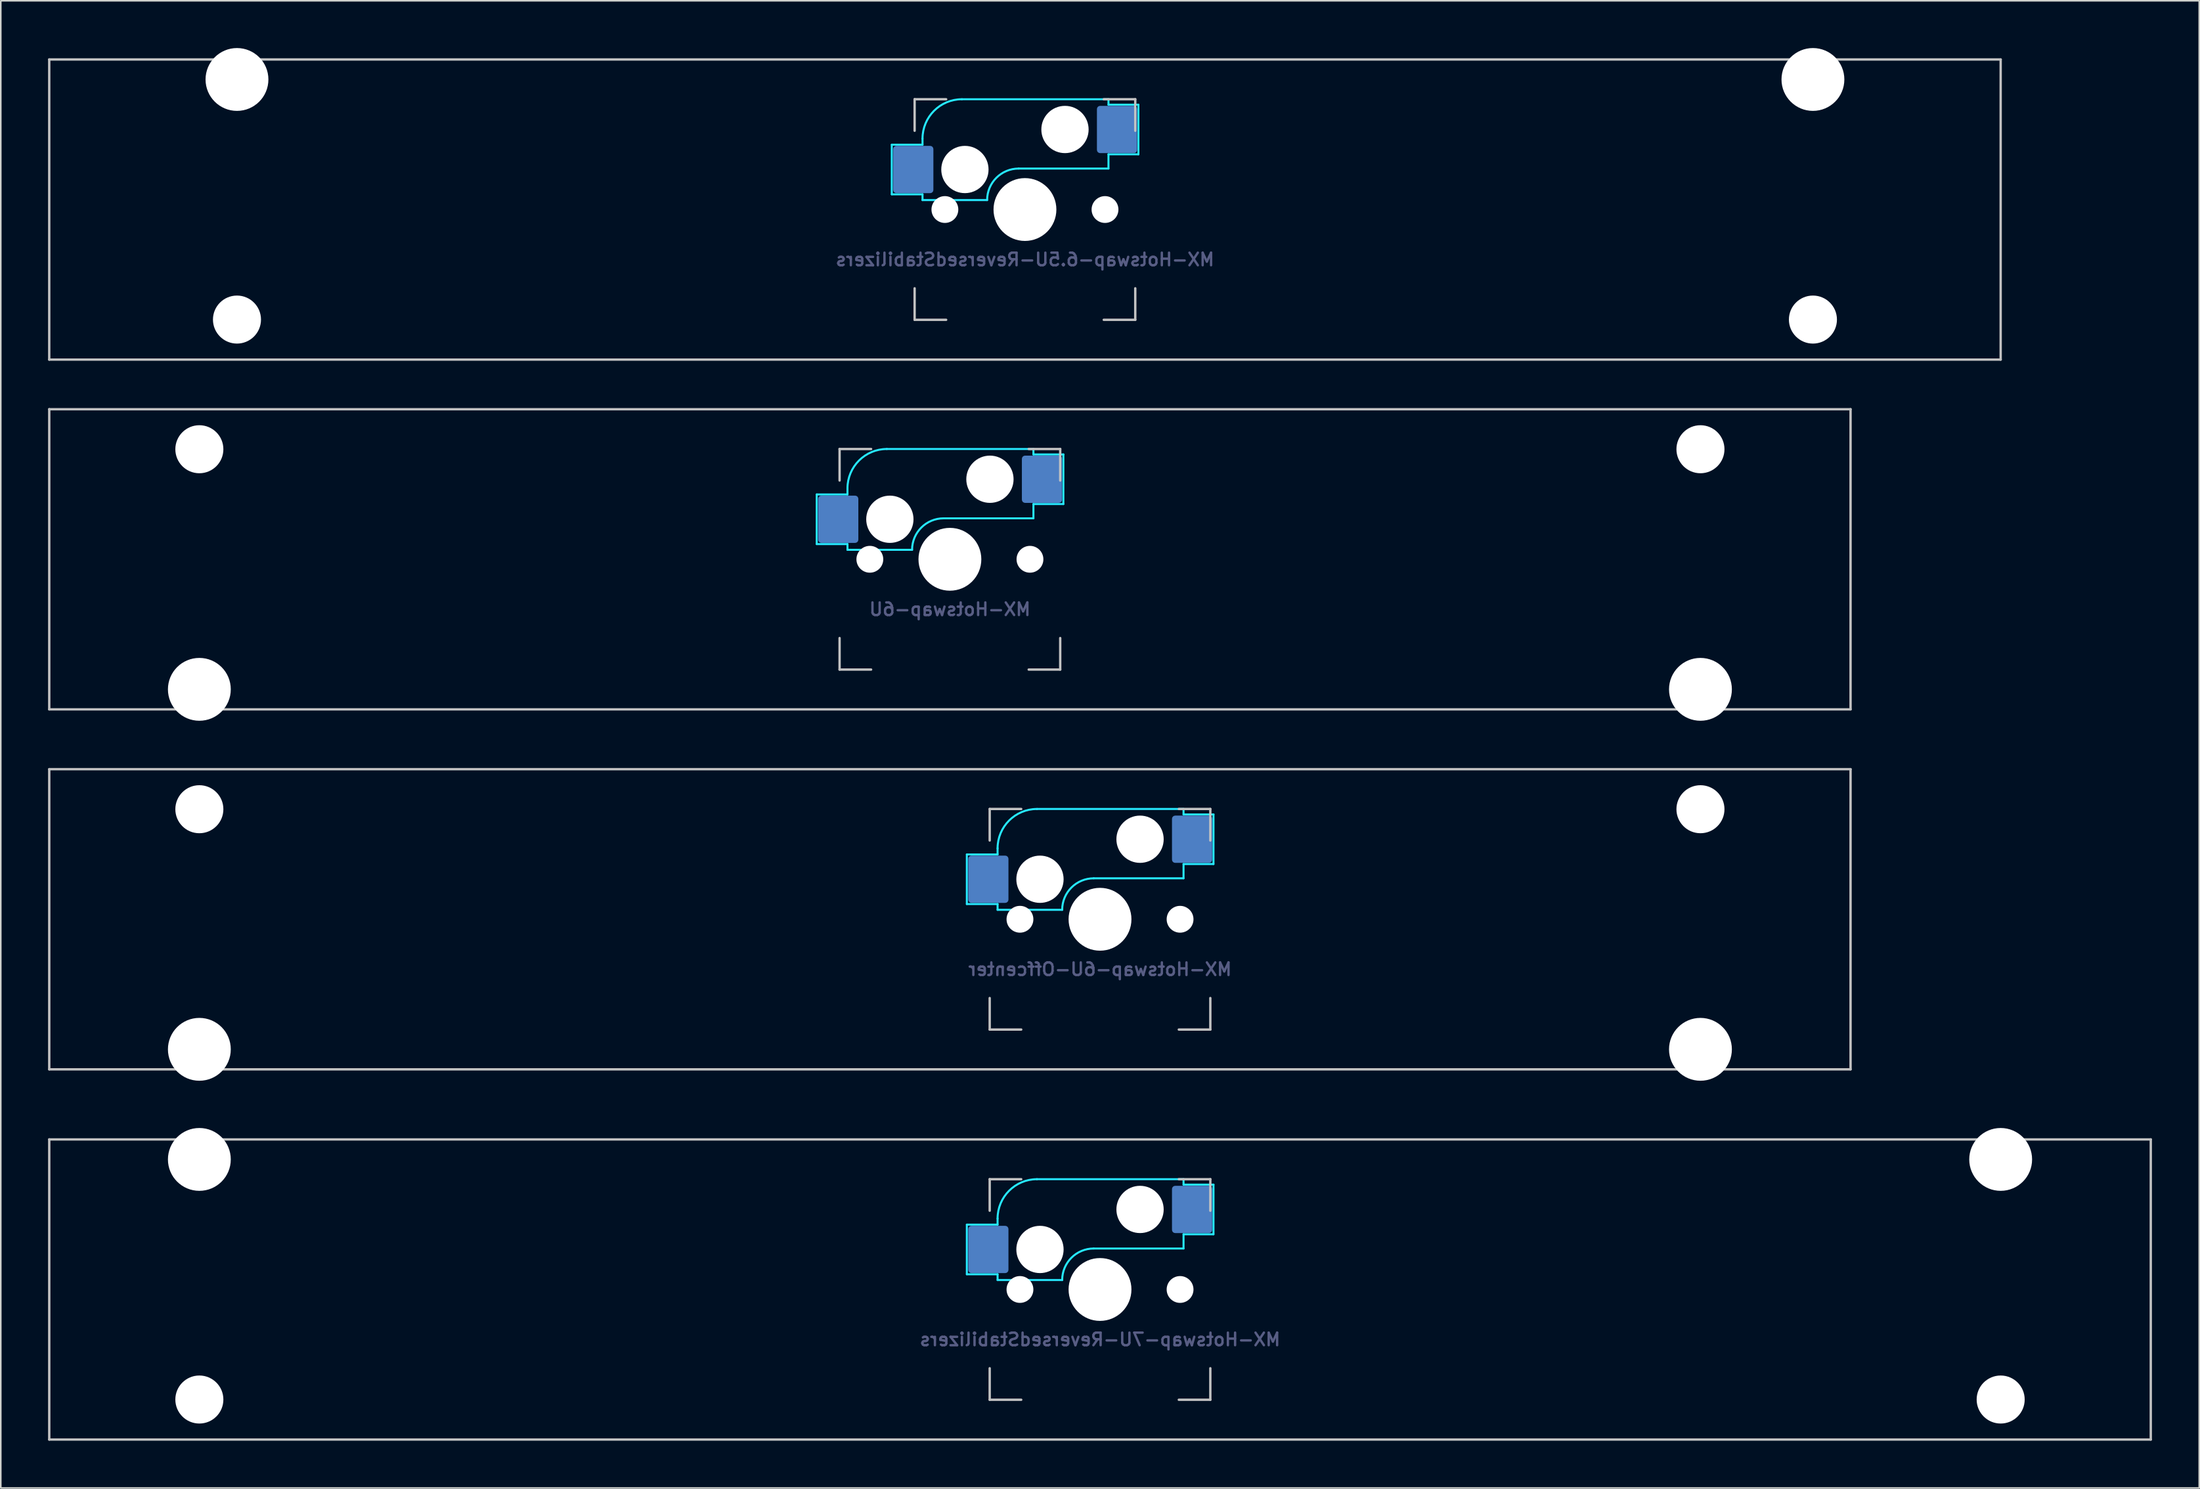
<source format=kicad_pcb>
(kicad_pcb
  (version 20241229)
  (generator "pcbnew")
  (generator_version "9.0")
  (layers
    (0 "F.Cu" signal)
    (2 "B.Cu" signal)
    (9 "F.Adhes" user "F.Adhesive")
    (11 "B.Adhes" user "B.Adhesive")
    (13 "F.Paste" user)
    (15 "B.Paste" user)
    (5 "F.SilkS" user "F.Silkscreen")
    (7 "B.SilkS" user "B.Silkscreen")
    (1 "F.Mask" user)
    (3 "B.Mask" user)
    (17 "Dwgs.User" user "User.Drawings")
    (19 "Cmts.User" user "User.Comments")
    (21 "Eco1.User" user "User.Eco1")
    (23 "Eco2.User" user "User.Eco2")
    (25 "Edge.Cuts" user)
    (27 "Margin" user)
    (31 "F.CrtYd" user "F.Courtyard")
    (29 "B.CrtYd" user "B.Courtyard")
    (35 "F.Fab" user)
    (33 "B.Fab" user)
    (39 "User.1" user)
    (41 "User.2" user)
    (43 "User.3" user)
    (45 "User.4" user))
  (footprint "MX-Hotswap-6U"
    (layer "F.Cu")
    (at 57.225 32.449)
    (property "Reference" "MX-Hotswap-6U" (at 0 3.175 0) (layer "B.Fab") (effects (font (size 0.8 0.8) (thickness 0.15)) (justify mirror)))
    (attr smd)
    (fp_line (start -57.15 9.525) (end -57.15 -9.525) (stroke (width 0.15) (type solid)) (layer "Dwgs.User"))
    (fp_line (start -7 -7) (end -7 -5) (stroke (width 0.15) (type solid)) (layer "Dwgs.User"))
    (fp_line (start -7 5) (end -7 7) (stroke (width 0.15) (type solid)) (layer "Dwgs.User"))
    (fp_line (start -7 7) (end -5 7) (stroke (width 0.15) (type solid)) (layer "Dwgs.User"))
    (fp_line (start -5 -7) (end -7 -7) (stroke (width 0.15) (type solid)) (layer "Dwgs.User"))
    (fp_line (start 5 -7) (end 7 -7) (stroke (width 0.15) (type solid)) (layer "Dwgs.User"))
    (fp_line (start 5 7) (end 7 7) (stroke (width 0.15) (type solid)) (layer "Dwgs.User"))
    (fp_line (start 7 -7) (end 7 -5) (stroke (width 0.15) (type solid)) (layer "Dwgs.User"))
    (fp_line (start 7 7) (end 7 5) (stroke (width 0.15) (type solid)) (layer "Dwgs.User"))
    (fp_line (start 57.15 -9.525) (end -57.15 -9.525) (stroke (width 0.15) (type solid)) (layer "Dwgs.User"))
    (fp_line (start 57.15 9.525) (end -57.15 9.525) (stroke (width 0.15) (type solid)) (layer "Dwgs.User"))
    (fp_line (start 57.15 9.525) (end 57.15 -9.525) (stroke (width 0.15) (type solid)) (layer "Dwgs.User"))
    (fp_line (start -8.45 -4.115) (end -8.45 -0.965) (stroke (width 0.127) (type solid)) (layer "B.CrtYd"))
    (fp_line (start -8.45 -0.965) (end -6.5 -0.965) (stroke (width 0.127) (type solid)) (layer "B.CrtYd"))
    (fp_line (start -6.5 -4.5) (end -6.5 -4.115) (stroke (width 0.127) (type solid)) (layer "B.CrtYd"))
    (fp_line (start -6.5 -4.115) (end -8.45 -4.115) (stroke (width 0.127) (type solid)) (layer "B.CrtYd"))
    (fp_line (start -6.5 -0.6) (end -6.5 -0.965) (stroke (width 0.127) (type solid)) (layer "B.CrtYd"))
    (fp_line (start -6.5 -0.6) (end -2.4 -0.6) (stroke (width 0.127) (type solid)) (layer "B.CrtYd"))
    (fp_line (start -0.4 -2.6) (end 5.3 -2.6) (stroke (width 0.127) (type solid)) (layer "B.CrtYd"))
    (fp_line (start 5.3 -7) (end -4 -7) (stroke (width 0.127) (type solid)) (layer "B.CrtYd"))
    (fp_line (start 5.3 -7) (end 5.3 -6.655) (stroke (width 0.127) (type solid)) (layer "B.CrtYd"))
    (fp_line (start 5.3 -6.655) (end 7.2 -6.655) (stroke (width 0.127) (type solid)) (layer "B.CrtYd"))
    (fp_line (start 5.3 -2.6) (end 5.3 -3.505) (stroke (width 0.127) (type solid)) (layer "B.CrtYd"))
    (fp_line (start 7.2 -6.655) (end 7.2 -3.505) (stroke (width 0.127) (type solid)) (layer "B.CrtYd"))
    (fp_line (start 7.2 -3.505) (end 5.3 -3.505) (stroke (width 0.127) (type solid)) (layer "B.CrtYd"))
    (fp_arc (start -6.5 -4.5) (mid -5.767767 -6.267767) (end -4 -7) (stroke (width 0.127) (type solid)) (layer "B.CrtYd"))
    (fp_arc (start -2.4 -0.6) (mid -1.814214 -2.014214) (end -0.4 -2.6) (stroke (width 0.127) (type solid)) (layer "B.CrtYd"))
    (pad "" np_thru_hole circle (at -47.625 -6.985) (size 3.048 3.048) (drill 3.048) (layers "*.Cu" "*.Mask"))
    (pad "" np_thru_hole circle (at -47.625 8.255) (size 3.988 3.988) (drill 3.988) (layers "*.Cu" "*.Mask"))
    (pad "" np_thru_hole circle (at -5.08 0 48.099) (size 1.702 1.702) (drill 1.702) (layers "*.Cu" "*.Mask"))
    (pad "" np_thru_hole circle (at -3.81 -2.54) (size 3 3) (drill 3) (layers "*.Cu" "*.Mask"))
    (pad "" np_thru_hole circle (at 0 0) (size 3.988 3.988) (drill 3.988) (layers "*.Cu" "*.Mask"))
    (pad "" np_thru_hole circle (at 2.54 -5.08) (size 3 3) (drill 3) (layers "*.Cu" "*.Mask"))
    (pad "" np_thru_hole circle (at 5.08 0 48.099) (size 1.702 1.702) (drill 1.702) (layers "*.Cu" "*.Mask"))
    (pad "" np_thru_hole circle (at 47.625 -6.985) (size 3.048 3.048) (drill 3.048) (layers "*.Cu" "*.Mask"))
    (pad "" np_thru_hole circle (at 47.625 8.255) (size 3.988 3.988) (drill 3.988) (layers "*.Cu" "*.Mask"))
    (pad "1" smd roundrect (at -7.085 -2.54 90) (size 3 2.55) (layers "B.Cu" "B.Mask" "B.Paste") (roundrect_rratio 0.08))
    (pad "2" smd roundrect (at 5.842 -5.08 90) (size 3 2.55) (layers "B.Cu" "B.Mask" "B.Paste") (roundrect_rratio 0.08)))
  (footprint "MX-Hotswap-7U-ReversedStabilizers"
    (layer "F.Cu")
    (at 66.75 78.796)
    (property "Reference" "MX-Hotswap-7U-ReversedStabilizers" (at 0 3.175 0) (layer "B.Fab") (effects (font (size 0.8 0.8) (thickness 0.15)) (justify mirror)))
    (attr smd)
    (fp_line (start -66.675 9.525) (end -66.675 -9.525) (stroke (width 0.15) (type solid)) (layer "Dwgs.User"))
    (fp_line (start -7 -7) (end -7 -5) (stroke (width 0.15) (type solid)) (layer "Dwgs.User"))
    (fp_line (start -7 5) (end -7 7) (stroke (width 0.15) (type solid)) (layer "Dwgs.User"))
    (fp_line (start -7 7) (end -5 7) (stroke (width 0.15) (type solid)) (layer "Dwgs.User"))
    (fp_line (start -5 -7) (end -7 -7) (stroke (width 0.15) (type solid)) (layer "Dwgs.User"))
    (fp_line (start 5 -7) (end 7 -7) (stroke (width 0.15) (type solid)) (layer "Dwgs.User"))
    (fp_line (start 5 7) (end 7 7) (stroke (width 0.15) (type solid)) (layer "Dwgs.User"))
    (fp_line (start 7 -7) (end 7 -5) (stroke (width 0.15) (type solid)) (layer "Dwgs.User"))
    (fp_line (start 7 7) (end 7 5) (stroke (width 0.15) (type solid)) (layer "Dwgs.User"))
    (fp_line (start 66.675 -9.525) (end -66.675 -9.525) (stroke (width 0.15) (type solid)) (layer "Dwgs.User"))
    (fp_line (start 66.675 9.525) (end -66.675 9.525) (stroke (width 0.15) (type solid)) (layer "Dwgs.User"))
    (fp_line (start 66.675 9.525) (end 66.675 -9.525) (stroke (width 0.15) (type solid)) (layer "Dwgs.User"))
    (fp_line (start -8.45 -4.115) (end -8.45 -0.965) (stroke (width 0.127) (type solid)) (layer "B.CrtYd"))
    (fp_line (start -8.45 -0.965) (end -6.5 -0.965) (stroke (width 0.127) (type solid)) (layer "B.CrtYd"))
    (fp_line (start -6.5 -4.5) (end -6.5 -4.115) (stroke (width 0.127) (type solid)) (layer "B.CrtYd"))
    (fp_line (start -6.5 -4.115) (end -8.45 -4.115) (stroke (width 0.127) (type solid)) (layer "B.CrtYd"))
    (fp_line (start -6.5 -0.6) (end -6.5 -0.965) (stroke (width 0.127) (type solid)) (layer "B.CrtYd"))
    (fp_line (start -6.5 -0.6) (end -2.4 -0.6) (stroke (width 0.127) (type solid)) (layer "B.CrtYd"))
    (fp_line (start -0.4 -2.6) (end 5.3 -2.6) (stroke (width 0.127) (type solid)) (layer "B.CrtYd"))
    (fp_line (start 5.3 -7) (end -4 -7) (stroke (width 0.127) (type solid)) (layer "B.CrtYd"))
    (fp_line (start 5.3 -7) (end 5.3 -6.655) (stroke (width 0.127) (type solid)) (layer "B.CrtYd"))
    (fp_line (start 5.3 -6.655) (end 7.2 -6.655) (stroke (width 0.127) (type solid)) (layer "B.CrtYd"))
    (fp_line (start 5.3 -2.6) (end 5.3 -3.505) (stroke (width 0.127) (type solid)) (layer "B.CrtYd"))
    (fp_line (start 7.2 -6.655) (end 7.2 -3.505) (stroke (width 0.127) (type solid)) (layer "B.CrtYd"))
    (fp_line (start 7.2 -3.505) (end 5.3 -3.505) (stroke (width 0.127) (type solid)) (layer "B.CrtYd"))
    (fp_arc (start -6.5 -4.5) (mid -5.767767 -6.267767) (end -4 -7) (stroke (width 0.127) (type solid)) (layer "B.CrtYd"))
    (fp_arc (start -2.4 -0.6) (mid -1.814214 -2.014214) (end -0.4 -2.6) (stroke (width 0.127) (type solid)) (layer "B.CrtYd"))
    (pad "" np_thru_hole circle (at -57.15 -8.255) (size 3.988 3.988) (drill 3.988) (layers "*.Cu" "*.Mask"))
    (pad "" np_thru_hole circle (at -57.15 6.985) (size 3.048 3.048) (drill 3.048) (layers "*.Cu" "*.Mask"))
    (pad "" np_thru_hole circle (at -5.08 0 48.099) (size 1.702 1.702) (drill 1.702) (layers "*.Cu" "*.Mask"))
    (pad "" np_thru_hole circle (at -3.81 -2.54) (size 3 3) (drill 3) (layers "*.Cu" "*.Mask"))
    (pad "" np_thru_hole circle (at 0 0) (size 3.988 3.988) (drill 3.988) (layers "*.Cu" "*.Mask"))
    (pad "" np_thru_hole circle (at 2.54 -5.08) (size 3 3) (drill 3) (layers "*.Cu" "*.Mask"))
    (pad "" np_thru_hole circle (at 5.08 0 48.099) (size 1.702 1.702) (drill 1.702) (layers "*.Cu" "*.Mask"))
    (pad "" np_thru_hole circle (at 57.15 -8.255) (size 3.988 3.988) (drill 3.988) (layers "*.Cu" "*.Mask"))
    (pad "" np_thru_hole circle (at 57.15 6.985) (size 3.048 3.048) (drill 3.048) (layers "*.Cu" "*.Mask"))
    (pad "1" smd roundrect (at -7.085 -2.54 90) (size 3 2.55) (layers "B.Cu" "B.Mask" "B.Paste") (roundrect_rratio 0.08))
    (pad "2" smd roundrect (at 5.842 -5.08 90) (size 3 2.55) (layers "B.Cu" "B.Mask" "B.Paste") (roundrect_rratio 0.08)))
  (footprint "MX-Hotswap-6.5U-ReversedStabilizers"
    (layer "F.Cu")
    (at 61.987 10.249)
    (property "Reference" "MX-Hotswap-6.5U-ReversedStabilizers" (at 0 3.175 0) (layer "B.Fab") (effects (font (size 0.8 0.8) (thickness 0.15)) (justify mirror)))
    (attr smd)
    (fp_line (start -61.913 9.525) (end -61.913 -9.525) (stroke (width 0.15) (type solid)) (layer "Dwgs.User"))
    (fp_line (start -7 -7) (end -7 -5) (stroke (width 0.15) (type solid)) (layer "Dwgs.User"))
    (fp_line (start -7 5) (end -7 7) (stroke (width 0.15) (type solid)) (layer "Dwgs.User"))
    (fp_line (start -7 7) (end -5 7) (stroke (width 0.15) (type solid)) (layer "Dwgs.User"))
    (fp_line (start -5 -7) (end -7 -7) (stroke (width 0.15) (type solid)) (layer "Dwgs.User"))
    (fp_line (start 5 -7) (end 7 -7) (stroke (width 0.15) (type solid)) (layer "Dwgs.User"))
    (fp_line (start 5 7) (end 7 7) (stroke (width 0.15) (type solid)) (layer "Dwgs.User"))
    (fp_line (start 7 -7) (end 7 -5) (stroke (width 0.15) (type solid)) (layer "Dwgs.User"))
    (fp_line (start 7 7) (end 7 5) (stroke (width 0.15) (type solid)) (layer "Dwgs.User"))
    (fp_line (start 61.913 -9.525) (end -61.913 -9.525) (stroke (width 0.15) (type solid)) (layer "Dwgs.User"))
    (fp_line (start 61.913 9.525) (end -61.913 9.525) (stroke (width 0.15) (type solid)) (layer "Dwgs.User"))
    (fp_line (start 61.913 9.525) (end 61.913 -9.525) (stroke (width 0.15) (type solid)) (layer "Dwgs.User"))
    (fp_line (start -8.45 -4.115) (end -8.45 -0.965) (stroke (width 0.127) (type solid)) (layer "B.CrtYd"))
    (fp_line (start -8.45 -0.965) (end -6.5 -0.965) (stroke (width 0.127) (type solid)) (layer "B.CrtYd"))
    (fp_line (start -6.5 -4.5) (end -6.5 -4.115) (stroke (width 0.127) (type solid)) (layer "B.CrtYd"))
    (fp_line (start -6.5 -4.115) (end -8.45 -4.115) (stroke (width 0.127) (type solid)) (layer "B.CrtYd"))
    (fp_line (start -6.5 -0.6) (end -6.5 -0.965) (stroke (width 0.127) (type solid)) (layer "B.CrtYd"))
    (fp_line (start -6.5 -0.6) (end -2.4 -0.6) (stroke (width 0.127) (type solid)) (layer "B.CrtYd"))
    (fp_line (start -0.4 -2.6) (end 5.3 -2.6) (stroke (width 0.127) (type solid)) (layer "B.CrtYd"))
    (fp_line (start 5.3 -7) (end -4 -7) (stroke (width 0.127) (type solid)) (layer "B.CrtYd"))
    (fp_line (start 5.3 -7) (end 5.3 -6.655) (stroke (width 0.127) (type solid)) (layer "B.CrtYd"))
    (fp_line (start 5.3 -6.655) (end 7.2 -6.655) (stroke (width 0.127) (type solid)) (layer "B.CrtYd"))
    (fp_line (start 5.3 -2.6) (end 5.3 -3.505) (stroke (width 0.127) (type solid)) (layer "B.CrtYd"))
    (fp_line (start 7.2 -6.655) (end 7.2 -3.505) (stroke (width 0.127) (type solid)) (layer "B.CrtYd"))
    (fp_line (start 7.2 -3.505) (end 5.3 -3.505) (stroke (width 0.127) (type solid)) (layer "B.CrtYd"))
    (fp_arc (start -6.5 -4.5) (mid -5.767767 -6.267767) (end -4 -7) (stroke (width 0.127) (type solid)) (layer "B.CrtYd"))
    (fp_arc (start -2.4 -0.6) (mid -1.814214 -2.014214) (end -0.4 -2.6) (stroke (width 0.127) (type solid)) (layer "B.CrtYd"))
    (pad "" np_thru_hole circle (at -50 -8.255) (size 3.988 3.988) (drill 3.988) (layers "*.Cu" "*.Mask"))
    (pad "" np_thru_hole circle (at -50 6.985) (size 3.048 3.048) (drill 3.048) (layers "*.Cu" "*.Mask"))
    (pad "" np_thru_hole circle (at -5.08 0 48.099) (size 1.702 1.702) (drill 1.702) (layers "*.Cu" "*.Mask"))
    (pad "" np_thru_hole circle (at -3.81 -2.54) (size 3 3) (drill 3) (layers "*.Cu" "*.Mask"))
    (pad "" np_thru_hole circle (at 0 0) (size 3.988 3.988) (drill 3.988) (layers "*.Cu" "*.Mask"))
    (pad "" np_thru_hole circle (at 2.54 -5.08) (size 3 3) (drill 3) (layers "*.Cu" "*.Mask"))
    (pad "" np_thru_hole circle (at 5.08 0 48.099) (size 1.702 1.702) (drill 1.702) (layers "*.Cu" "*.Mask"))
    (pad "" np_thru_hole circle (at 50 -8.255) (size 3.988 3.988) (drill 3.988) (layers "*.Cu" "*.Mask"))
    (pad "" np_thru_hole circle (at 50 6.985) (size 3.048 3.048) (drill 3.048) (layers "*.Cu" "*.Mask"))
    (pad "1" smd roundrect (at -7.085 -2.54 90) (size 3 2.55) (layers "B.Cu" "B.Mask" "B.Paste") (roundrect_rratio 0.08))
    (pad "2" smd roundrect (at 5.842 -5.08 90) (size 3 2.55) (layers "B.Cu" "B.Mask" "B.Paste") (roundrect_rratio 0.08)))
  (footprint "MX-Hotswap-6U-Offcenter"
    (layer "F.Cu")
    (at 66.75 55.298)
    (property "Reference" "MX-Hotswap-6U-Offcenter" (at 0 3.175 0) (layer "B.Fab") (effects (font (size 0.8 0.8) (thickness 0.15)) (justify mirror)))
    (attr smd)
    (fp_line (start -66.675 -9.525) (end 47.625 -9.525) (stroke (width 0.15) (type solid)) (layer "Dwgs.User"))
    (fp_line (start -66.675 9.525) (end -66.675 -9.525) (stroke (width 0.15) (type solid)) (layer "Dwgs.User"))
    (fp_line (start -66.675 9.525) (end 47.625 9.525) (stroke (width 0.15) (type solid)) (layer "Dwgs.User"))
    (fp_line (start -7 -7) (end -7 -5) (stroke (width 0.15) (type solid)) (layer "Dwgs.User"))
    (fp_line (start -7 5) (end -7 7) (stroke (width 0.15) (type solid)) (layer "Dwgs.User"))
    (fp_line (start -7 7) (end -5 7) (stroke (width 0.15) (type solid)) (layer "Dwgs.User"))
    (fp_line (start -5 -7) (end -7 -7) (stroke (width 0.15) (type solid)) (layer "Dwgs.User"))
    (fp_line (start 5 -7) (end 7 -7) (stroke (width 0.15) (type solid)) (layer "Dwgs.User"))
    (fp_line (start 5 7) (end 7 7) (stroke (width 0.15) (type solid)) (layer "Dwgs.User"))
    (fp_line (start 7 -7) (end 7 -5) (stroke (width 0.15) (type solid)) (layer "Dwgs.User"))
    (fp_line (start 7 7) (end 7 5) (stroke (width 0.15) (type solid)) (layer "Dwgs.User"))
    (fp_line (start 47.625 9.525) (end 47.625 -9.525) (stroke (width 0.15) (type solid)) (layer "Dwgs.User"))
    (fp_line (start -8.45 -4.115) (end -8.45 -0.965) (stroke (width 0.127) (type solid)) (layer "B.CrtYd"))
    (fp_line (start -8.45 -0.965) (end -6.5 -0.965) (stroke (width 0.127) (type solid)) (layer "B.CrtYd"))
    (fp_line (start -6.5 -4.5) (end -6.5 -4.115) (stroke (width 0.127) (type solid)) (layer "B.CrtYd"))
    (fp_line (start -6.5 -4.115) (end -8.45 -4.115) (stroke (width 0.127) (type solid)) (layer "B.CrtYd"))
    (fp_line (start -6.5 -0.6) (end -6.5 -0.965) (stroke (width 0.127) (type solid)) (layer "B.CrtYd"))
    (fp_line (start -6.5 -0.6) (end -2.4 -0.6) (stroke (width 0.127) (type solid)) (layer "B.CrtYd"))
    (fp_line (start -0.4 -2.6) (end 5.3 -2.6) (stroke (width 0.127) (type solid)) (layer "B.CrtYd"))
    (fp_line (start 5.3 -7) (end -4 -7) (stroke (width 0.127) (type solid)) (layer "B.CrtYd"))
    (fp_line (start 5.3 -7) (end 5.3 -6.655) (stroke (width 0.127) (type solid)) (layer "B.CrtYd"))
    (fp_line (start 5.3 -6.655) (end 7.2 -6.655) (stroke (width 0.127) (type solid)) (layer "B.CrtYd"))
    (fp_line (start 5.3 -2.6) (end 5.3 -3.505) (stroke (width 0.127) (type solid)) (layer "B.CrtYd"))
    (fp_line (start 7.2 -6.655) (end 7.2 -3.505) (stroke (width 0.127) (type solid)) (layer "B.CrtYd"))
    (fp_line (start 7.2 -3.505) (end 5.3 -3.505) (stroke (width 0.127) (type solid)) (layer "B.CrtYd"))
    (fp_arc (start -6.5 -4.5) (mid -5.767767 -6.267767) (end -4 -7) (stroke (width 0.127) (type solid)) (layer "B.CrtYd"))
    (fp_arc (start -2.4 -0.6) (mid -1.814214 -2.014214) (end -0.4 -2.6) (stroke (width 0.127) (type solid)) (layer "B.CrtYd"))
    (pad "" np_thru_hole circle (at -57.15 -6.985) (size 3.048 3.048) (drill 3.048) (layers "*.Cu" "*.Mask"))
    (pad "" np_thru_hole circle (at -57.15 8.255) (size 3.988 3.988) (drill 3.988) (layers "*.Cu" "*.Mask"))
    (pad "" np_thru_hole circle (at -5.08 0 48.099) (size 1.702 1.702) (drill 1.702) (layers "*.Cu" "*.Mask"))
    (pad "" np_thru_hole circle (at -3.81 -2.54) (size 3 3) (drill 3) (layers "*.Cu" "*.Mask"))
    (pad "" np_thru_hole circle (at 0 0) (size 3.988 3.988) (drill 3.988) (layers "*.Cu" "*.Mask"))
    (pad "" np_thru_hole circle (at 2.54 -5.08) (size 3 3) (drill 3) (layers "*.Cu" "*.Mask"))
    (pad "" np_thru_hole circle (at 5.08 0 48.099) (size 1.702 1.702) (drill 1.702) (layers "*.Cu" "*.Mask"))
    (pad "" np_thru_hole circle (at 38.1 -6.985) (size 3.048 3.048) (drill 3.048) (layers "*.Cu" "*.Mask"))
    (pad "" np_thru_hole circle (at 38.1 8.255) (size 3.988 3.988) (drill 3.988) (layers "*.Cu" "*.Mask"))
    (pad "1" smd roundrect (at -7.085 -2.54 90) (size 3 2.55) (layers "B.Cu" "B.Mask" "B.Paste") (roundrect_rratio 0.08))
    (pad "2" smd roundrect (at 5.842 -5.08 90) (size 3 2.55) (layers "B.Cu" "B.Mask" "B.Paste") (roundrect_rratio 0.08)))
  (gr_rect
    (start -3 -3)
    (end 136.5 91.396)
    (stroke (width 0.1) (type default))
    (fill no)
    (layer "Edge.Cuts")))
</source>
